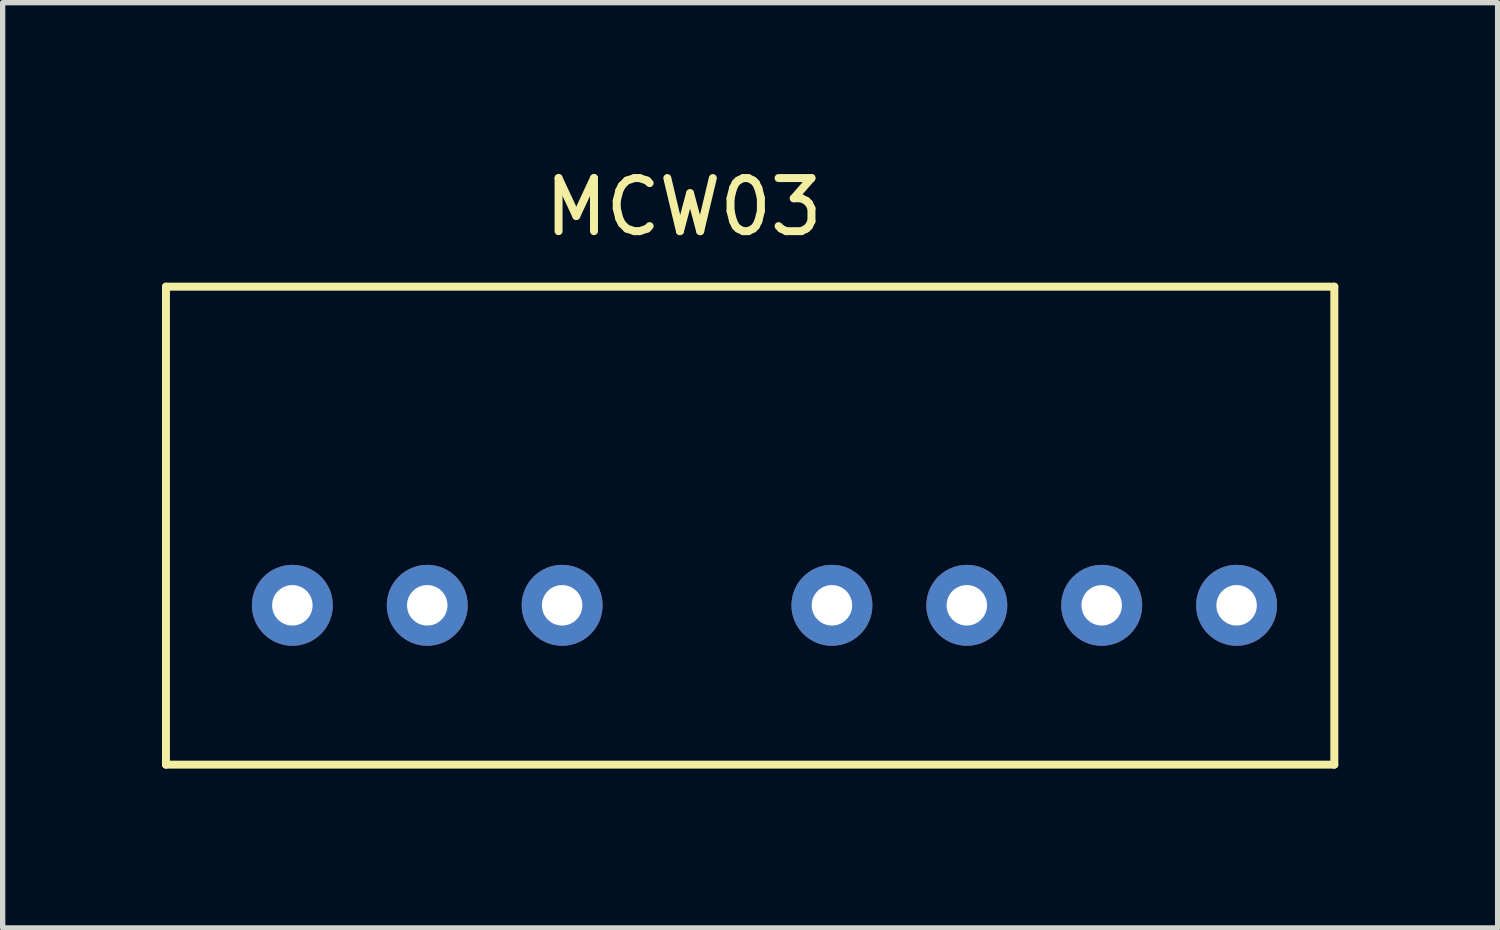
<source format=kicad_pcb>
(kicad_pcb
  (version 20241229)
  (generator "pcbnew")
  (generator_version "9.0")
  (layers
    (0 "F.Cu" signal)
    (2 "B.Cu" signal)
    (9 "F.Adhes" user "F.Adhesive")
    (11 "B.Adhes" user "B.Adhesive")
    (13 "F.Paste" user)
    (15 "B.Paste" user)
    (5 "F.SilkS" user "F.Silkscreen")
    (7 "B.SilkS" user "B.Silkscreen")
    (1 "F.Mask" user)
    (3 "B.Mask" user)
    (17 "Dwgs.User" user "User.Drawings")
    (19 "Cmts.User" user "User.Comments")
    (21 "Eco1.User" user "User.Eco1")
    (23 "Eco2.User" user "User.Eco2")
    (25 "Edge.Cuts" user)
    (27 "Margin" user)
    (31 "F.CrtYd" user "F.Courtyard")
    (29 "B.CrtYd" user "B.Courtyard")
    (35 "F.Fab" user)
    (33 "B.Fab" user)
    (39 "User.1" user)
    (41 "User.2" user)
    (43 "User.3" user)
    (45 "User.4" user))
  (footprint "MCW03"
    (layer "F.Cu")
    (at 10.075 8.348)
    (property "Reference" "MCW03" (at -0.25 -7.5 0) (layer "F.SilkS") (effects (font (size 1 1) (thickness 0.15))))
    (attr through_hole)
    (fp_line (start -10 -6) (end 12 -6) (stroke (width 0.15) (type solid)) (layer "F.SilkS"))
    (fp_line (start -10 3) (end -10 -6) (stroke (width 0.15) (type solid)) (layer "F.SilkS"))
    (fp_line (start 12 -6) (end 12 3) (stroke (width 0.15) (type solid)) (layer "F.SilkS"))
    (fp_line (start 12 3) (end -10 3) (stroke (width 0.15) (type solid)) (layer "F.SilkS"))
    (pad "1" thru_hole circle (at -7.62 0) (size 1.524 1.524) (drill 0.762) (layers "*.Cu" "*.Mask"))
    (pad "2" thru_hole circle (at -5.08 0) (size 1.524 1.524) (drill 0.762) (layers "*.Cu" "*.Mask"))
    (pad "3" thru_hole circle (at -2.54 0) (size 1.524 1.524) (drill 0.762) (layers "*.Cu" "*.Mask"))
    (pad "5" thru_hole circle (at 2.54 0) (size 1.524 1.524) (drill 0.762) (layers "*.Cu" "*.Mask"))
    (pad "6" thru_hole circle (at 5.08 0) (size 1.524 1.524) (drill 0.762) (layers "*.Cu" "*.Mask"))
    (pad "7" thru_hole circle (at 7.62 0) (size 1.524 1.524) (drill 0.762) (layers "*.Cu" "*.Mask"))
    (pad "8" thru_hole circle (at 10.16 0) (size 1.524 1.524) (drill 0.762) (layers "*.Cu" "*.Mask")))
  (gr_rect
    (start -3 -3)
    (end 25.15 14.423)
    (stroke (width 0.1) (type default))
    (fill no)
    (layer "Edge.Cuts")))
</source>
